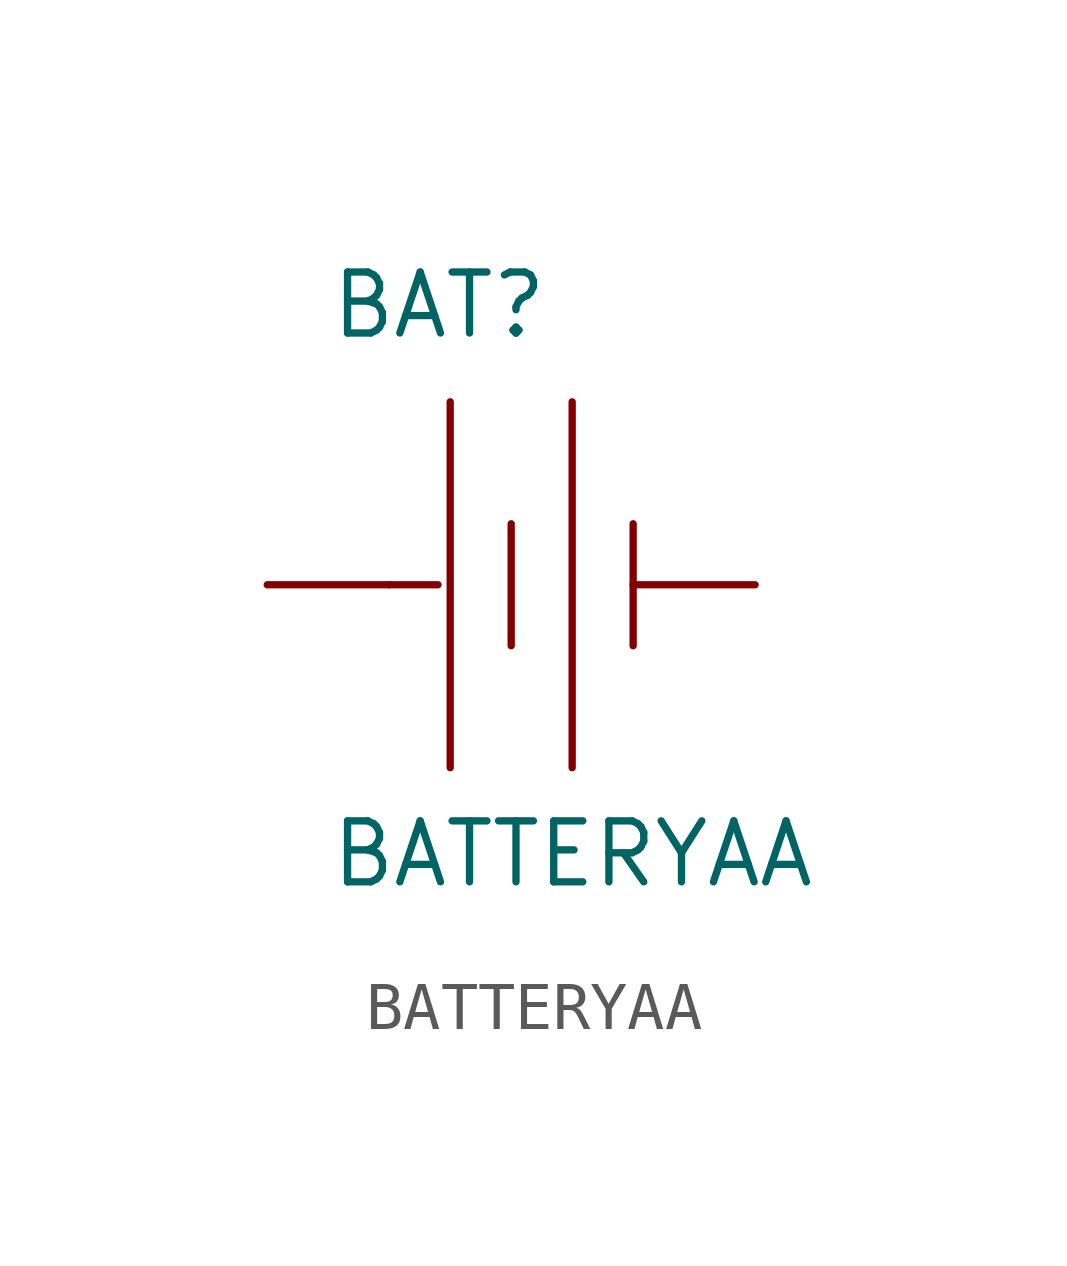
<source format=kicad_sym>
(kicad_symbol_lib
  (version 20211014)
  (generator kicad_symbol_editor)
  (symbol "BATTERYAA"
    (pin_numbers hide)
    (pin_names
      (offset 1.016) hide)
    (property "Reference" "BAT"
      (at -3.81 5.08 0)
      (effects (font (size 1.27 1.27)) (justify left bottom)))
    (property "Value" "BATTERYAA"
      (at -3.81 -6.35 0)
      (effects (font (size 1.27 1.27)) (justify left bottom)))
    (property "ki_locked" ""
      (at 0 0 0)
      (effects (font (size 1.27 1.27))))
    (symbol "BATTERYAA_1_0"
      (polyline (pts (xy -2.54 0) (xy -1.524 0)) (stroke (width 0) (type default) (color 0 0 0 0)) (fill (type none)))
      (polyline (pts (xy -1.27 3.81) (xy -1.27 -3.81)) (stroke (width 0) (type default) (color 0 0 0 0)) (fill (type none)))
      (polyline (pts (xy 0 1.27) (xy 0 -1.27)) (stroke (width 0) (type default) (color 0 0 0 0)) (fill (type none)))
      (polyline (pts (xy 1.27 3.81) (xy 1.27 -3.81)) (stroke (width 0) (type default) (color 0 0 0 0)) (fill (type none)))
      (polyline (pts (xy 2.54 1.27) (xy 2.54 -1.27)) (stroke (width 0) (type default) (color 0 0 0 0)) (fill (type none))))
    (symbol "BATTERYAA_1_1"
      (pin power_in line (at 5.08 0 180) (length 2.54) (name "-" (effects (font (size 1.016 1.016)))) (number "GND@1" (effects (font (size 1.016 1.016)))))
      (pin power_in line (at -5.08 0 0) (length 2.54) (name "+" (effects (font (size 1.016 1.016)))) (number "PWR@1" (effects (font (size 1.016 1.016))))))))
</source>
